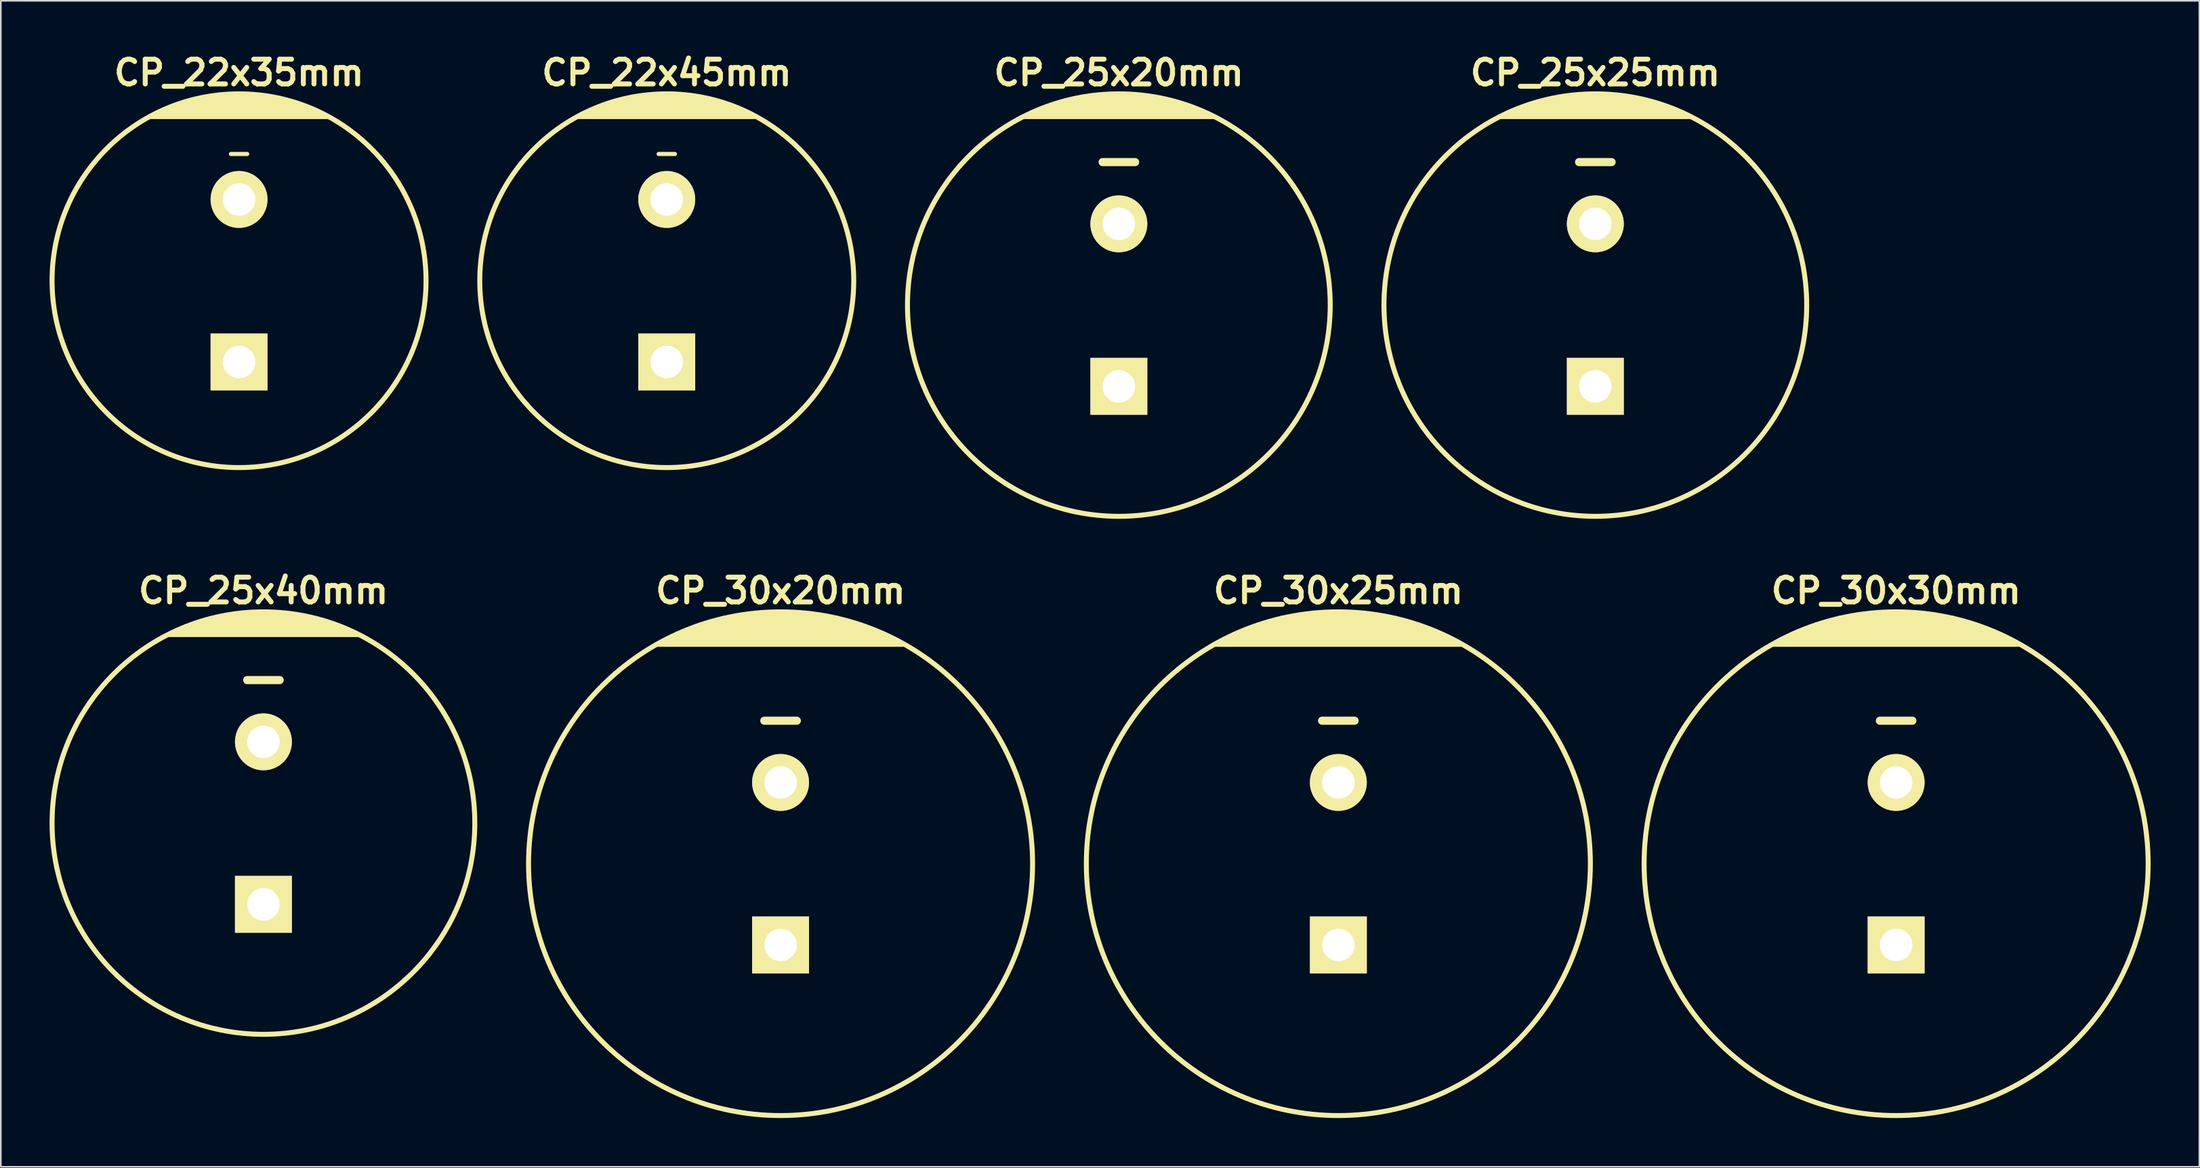
<source format=kicad_pcb>
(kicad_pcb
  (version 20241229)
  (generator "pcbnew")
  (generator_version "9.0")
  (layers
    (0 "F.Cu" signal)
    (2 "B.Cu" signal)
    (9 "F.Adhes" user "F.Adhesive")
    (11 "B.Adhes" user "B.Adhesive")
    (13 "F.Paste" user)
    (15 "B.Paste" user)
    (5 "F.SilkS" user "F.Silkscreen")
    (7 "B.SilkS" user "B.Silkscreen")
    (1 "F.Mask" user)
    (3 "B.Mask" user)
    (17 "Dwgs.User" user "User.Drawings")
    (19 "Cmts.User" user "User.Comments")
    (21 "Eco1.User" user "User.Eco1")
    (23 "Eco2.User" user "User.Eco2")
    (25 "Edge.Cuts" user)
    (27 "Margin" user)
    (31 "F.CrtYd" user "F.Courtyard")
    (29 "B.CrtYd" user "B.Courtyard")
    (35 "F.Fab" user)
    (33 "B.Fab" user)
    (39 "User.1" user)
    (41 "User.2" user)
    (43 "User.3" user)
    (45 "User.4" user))
  (footprint "CP_30x30mm"
    (layer "F.Cu")
    (at 113.567 50.105)
    (property "Reference" "CP_30x30mm" (at 0 -16.8 0) (layer "F.SilkS") (effects (font (size 1.524 1.524) (thickness 0.305))))
    (attr through_hole)
    (fp_line (start -7.6 -13.5) (end 7.5 -13.5) (stroke (width 0.305) (type solid)) (layer "F.SilkS"))
    (fp_line (start -6.8 -13.9) (end 6.8 -13.9) (stroke (width 0.305) (type solid)) (layer "F.SilkS"))
    (fp_line (start -6.4 -14.1) (end 6.4 -14.1) (stroke (width 0.305) (type solid)) (layer "F.SilkS"))
    (fp_line (start -5.4 -14.5) (end 5.4 -14.5) (stroke (width 0.305) (type solid)) (layer "F.SilkS"))
    (fp_line (start -4.9 -14.7) (end 4.9 -14.7) (stroke (width 0.305) (type solid)) (layer "F.SilkS"))
    (fp_line (start -4.2 -14.9) (end 4.2 -14.9) (stroke (width 0.305) (type solid)) (layer "F.SilkS"))
    (fp_line (start -3.5 -15.1) (end 3.5 -15.1) (stroke (width 0.305) (type solid)) (layer "F.SilkS"))
    (fp_line (start -2.4 -15.3) (end 2.4 -15.3) (stroke (width 0.305) (type solid)) (layer "F.SilkS"))
    (fp_line (start -1 -8.8) (end 1 -8.8) (stroke (width 0.5) (type solid)) (layer "F.SilkS"))
    (fp_line (start 5.9 -14.3) (end -5.9 -14.3) (stroke (width 0.305) (type solid)) (layer "F.SilkS"))
    (fp_line (start 7.2 -13.7) (end -7.2 -13.7) (stroke (width 0.305) (type solid)) (layer "F.SilkS"))
    (fp_circle (center 0 0) (end -15.5 0) (stroke (width 0.305) (type solid)) (fill no) (layer "F.SilkS"))
    (pad "1" thru_hole rect (at 0 5) (size 3.5 3.5) (drill 2) (layers "*.Cu" "*.Mask" "F.SilkS"))
    (pad "2" thru_hole circle (at 0 -5) (size 3.5 3.5) (drill 2) (layers "*.Cu" "*.Mask" "F.SilkS")))
  (footprint "CP_30x20mm"
    (layer "F.Cu")
    (at 44.957 50.105)
    (property "Reference" "CP_30x20mm" (at 0 -16.8 0) (layer "F.SilkS") (effects (font (size 1.524 1.524) (thickness 0.305))))
    (attr through_hole)
    (fp_line (start -7.6 -13.5) (end 7.5 -13.5) (stroke (width 0.305) (type solid)) (layer "F.SilkS"))
    (fp_line (start -6.8 -13.9) (end 6.8 -13.9) (stroke (width 0.305) (type solid)) (layer "F.SilkS"))
    (fp_line (start -6.4 -14.1) (end 6.4 -14.1) (stroke (width 0.305) (type solid)) (layer "F.SilkS"))
    (fp_line (start -5.4 -14.5) (end 5.4 -14.5) (stroke (width 0.305) (type solid)) (layer "F.SilkS"))
    (fp_line (start -4.9 -14.7) (end 4.9 -14.7) (stroke (width 0.305) (type solid)) (layer "F.SilkS"))
    (fp_line (start -4.2 -14.9) (end 4.2 -14.9) (stroke (width 0.305) (type solid)) (layer "F.SilkS"))
    (fp_line (start -3.5 -15.1) (end 3.5 -15.1) (stroke (width 0.305) (type solid)) (layer "F.SilkS"))
    (fp_line (start -2.4 -15.3) (end 2.4 -15.3) (stroke (width 0.305) (type solid)) (layer "F.SilkS"))
    (fp_line (start -1 -8.8) (end 1 -8.8) (stroke (width 0.5) (type solid)) (layer "F.SilkS"))
    (fp_line (start 5.9 -14.3) (end -5.9 -14.3) (stroke (width 0.305) (type solid)) (layer "F.SilkS"))
    (fp_line (start 7.2 -13.7) (end -7.2 -13.7) (stroke (width 0.305) (type solid)) (layer "F.SilkS"))
    (fp_circle (center 0 0) (end -15.5 0) (stroke (width 0.305) (type solid)) (fill no) (layer "F.SilkS"))
    (pad "1" thru_hole rect (at 0 5) (size 3.5 3.5) (drill 2) (layers "*.Cu" "*.Mask" "F.SilkS"))
    (pad "2" thru_hole circle (at 0 -5) (size 3.5 3.5) (drill 2) (layers "*.Cu" "*.Mask" "F.SilkS")))
  (footprint "CP_22x45mm"
    (layer "F.Cu")
    (at 37.957 14.226)
    (property "Reference" "CP_22x45mm" (at 0 -12.8 0) (layer "F.SilkS") (effects (font (size 1.524 1.524) (thickness 0.305))))
    (attr through_hole)
    (fp_line (start -5.4 -10.1) (end 5.4 -10.1) (stroke (width 0.305) (type solid)) (layer "F.SilkS"))
    (fp_line (start -4.5 -10.5) (end 4.5 -10.5) (stroke (width 0.305) (type solid)) (layer "F.SilkS"))
    (fp_line (start -3.5 -10.9) (end 3.5 -10.9) (stroke (width 0.305) (type solid)) (layer "F.SilkS"))
    (fp_line (start -2.9 -11.1) (end 2.9 -11.1) (stroke (width 0.305) (type solid)) (layer "F.SilkS"))
    (fp_line (start -2 -11.3) (end 2 -11.3) (stroke (width 0.305) (type solid)) (layer "F.SilkS"))
    (fp_line (start -0.5 -7.8) (end 0.5 -7.8) (stroke (width 0.254) (type solid)) (layer "F.SilkS"))
    (fp_line (start 4.1 -10.7) (end -4.1 -10.7) (stroke (width 0.305) (type solid)) (layer "F.SilkS"))
    (fp_line (start 5 -10.3) (end -5 -10.3) (stroke (width 0.305) (type solid)) (layer "F.SilkS"))
    (fp_circle (center 0 0) (end -11.5 0) (stroke (width 0.305) (type solid)) (fill no) (layer "F.SilkS"))
    (pad "1" thru_hole rect (at 0 5) (size 3.5 3.5) (drill 2) (layers "*.Cu" "*.Mask" "F.SilkS"))
    (pad "2" thru_hole circle (at 0 -5) (size 3.5 3.5) (drill 2) (layers "*.Cu" "*.Mask" "F.SilkS")))
  (footprint "CP_22x35mm"
    (layer "F.Cu")
    (at 11.652 14.226)
    (property "Reference" "CP_22x35mm" (at 0 -12.8 0) (layer "F.SilkS") (effects (font (size 1.524 1.524) (thickness 0.305))))
    (attr through_hole)
    (fp_line (start -5.4 -10.1) (end 5.4 -10.1) (stroke (width 0.305) (type solid)) (layer "F.SilkS"))
    (fp_line (start -4.5 -10.5) (end 4.5 -10.5) (stroke (width 0.305) (type solid)) (layer "F.SilkS"))
    (fp_line (start -3.5 -10.9) (end 3.5 -10.9) (stroke (width 0.305) (type solid)) (layer "F.SilkS"))
    (fp_line (start -2.9 -11.1) (end 2.9 -11.1) (stroke (width 0.305) (type solid)) (layer "F.SilkS"))
    (fp_line (start -2 -11.3) (end 2 -11.3) (stroke (width 0.305) (type solid)) (layer "F.SilkS"))
    (fp_line (start -0.5 -7.8) (end 0.5 -7.8) (stroke (width 0.254) (type solid)) (layer "F.SilkS"))
    (fp_line (start 4.1 -10.7) (end -4.1 -10.7) (stroke (width 0.305) (type solid)) (layer "F.SilkS"))
    (fp_line (start 5 -10.3) (end -5 -10.3) (stroke (width 0.305) (type solid)) (layer "F.SilkS"))
    (fp_circle (center 0 0) (end -11.5 0) (stroke (width 0.305) (type solid)) (fill no) (layer "F.SilkS"))
    (pad "1" thru_hole rect (at 0 5) (size 3.5 3.5) (drill 2) (layers "*.Cu" "*.Mask" "F.SilkS"))
    (pad "2" thru_hole circle (at 0 -5) (size 3.5 3.5) (drill 2) (layers "*.Cu" "*.Mask" "F.SilkS")))
  (footprint "CP_25x20mm"
    (layer "F.Cu")
    (at 65.762 15.726)
    (property "Reference" "CP_25x20mm" (at 0 -14.3 0) (layer "F.SilkS") (effects (font (size 1.524 1.524) (thickness 0.305))))
    (attr through_hole)
    (fp_line (start -5.8 -11.6) (end 5.8 -11.6) (stroke (width 0.305) (type solid)) (layer "F.SilkS"))
    (fp_line (start -4.9 -12) (end 4.9 -12) (stroke (width 0.305) (type solid)) (layer "F.SilkS"))
    (fp_line (start -3.8 -12.4) (end 3.8 -12.4) (stroke (width 0.305) (type solid)) (layer "F.SilkS"))
    (fp_line (start -2.2 -12.8) (end 2.1 -12.8) (stroke (width 0.305) (type solid)) (layer "F.SilkS"))
    (fp_line (start -1 -8.8) (end 1 -8.8) (stroke (width 0.5) (type solid)) (layer "F.SilkS"))
    (fp_line (start 3 -12.6) (end -3.1 -12.6) (stroke (width 0.305) (type solid)) (layer "F.SilkS"))
    (fp_line (start 4.4 -12.2) (end -4.4 -12.2) (stroke (width 0.305) (type solid)) (layer "F.SilkS"))
    (fp_line (start 5.4 -11.8) (end -5.3 -11.8) (stroke (width 0.305) (type solid)) (layer "F.SilkS"))
    (fp_circle (center 0 0) (end -13 0) (stroke (width 0.305) (type solid)) (fill no) (layer "F.SilkS"))
    (pad "1" thru_hole rect (at 0 5) (size 3.5 3.5) (drill 2) (layers "*.Cu" "*.Mask" "F.SilkS"))
    (pad "2" thru_hole circle (at 0 -5) (size 3.5 3.5) (drill 2) (layers "*.Cu" "*.Mask" "F.SilkS")))
  (footprint "CP_30x25mm"
    (layer "F.Cu")
    (at 79.262 50.105)
    (property "Reference" "CP_30x25mm" (at 0 -16.8 0) (layer "F.SilkS") (effects (font (size 1.524 1.524) (thickness 0.305))))
    (attr through_hole)
    (fp_line (start -7.6 -13.5) (end 7.5 -13.5) (stroke (width 0.305) (type solid)) (layer "F.SilkS"))
    (fp_line (start -6.8 -13.9) (end 6.8 -13.9) (stroke (width 0.305) (type solid)) (layer "F.SilkS"))
    (fp_line (start -6.4 -14.1) (end 6.4 -14.1) (stroke (width 0.305) (type solid)) (layer "F.SilkS"))
    (fp_line (start -5.4 -14.5) (end 5.4 -14.5) (stroke (width 0.305) (type solid)) (layer "F.SilkS"))
    (fp_line (start -4.9 -14.7) (end 4.9 -14.7) (stroke (width 0.305) (type solid)) (layer "F.SilkS"))
    (fp_line (start -4.2 -14.9) (end 4.2 -14.9) (stroke (width 0.305) (type solid)) (layer "F.SilkS"))
    (fp_line (start -3.5 -15.1) (end 3.5 -15.1) (stroke (width 0.305) (type solid)) (layer "F.SilkS"))
    (fp_line (start -2.4 -15.3) (end 2.4 -15.3) (stroke (width 0.305) (type solid)) (layer "F.SilkS"))
    (fp_line (start -1 -8.8) (end 1 -8.8) (stroke (width 0.5) (type solid)) (layer "F.SilkS"))
    (fp_line (start 5.9 -14.3) (end -5.9 -14.3) (stroke (width 0.305) (type solid)) (layer "F.SilkS"))
    (fp_line (start 7.2 -13.7) (end -7.2 -13.7) (stroke (width 0.305) (type solid)) (layer "F.SilkS"))
    (fp_circle (center 0 0) (end -15.5 0) (stroke (width 0.305) (type solid)) (fill no) (layer "F.SilkS"))
    (pad "1" thru_hole rect (at 0 5) (size 3.5 3.5) (drill 2) (layers "*.Cu" "*.Mask" "F.SilkS"))
    (pad "2" thru_hole circle (at 0 -5) (size 3.5 3.5) (drill 2) (layers "*.Cu" "*.Mask" "F.SilkS")))
  (footprint "CP_25x40mm"
    (layer "F.Cu")
    (at 13.152 47.605)
    (property "Reference" "CP_25x40mm" (at 0 -14.3 0) (layer "F.SilkS") (effects (font (size 1.524 1.524) (thickness 0.305))))
    (attr through_hole)
    (fp_line (start -5.8 -11.6) (end 5.8 -11.6) (stroke (width 0.305) (type solid)) (layer "F.SilkS"))
    (fp_line (start -4.9 -12) (end 4.9 -12) (stroke (width 0.305) (type solid)) (layer "F.SilkS"))
    (fp_line (start -3.8 -12.4) (end 3.8 -12.4) (stroke (width 0.305) (type solid)) (layer "F.SilkS"))
    (fp_line (start -2.2 -12.8) (end 2.1 -12.8) (stroke (width 0.305) (type solid)) (layer "F.SilkS"))
    (fp_line (start -1 -8.8) (end 1 -8.8) (stroke (width 0.5) (type solid)) (layer "F.SilkS"))
    (fp_line (start 3 -12.6) (end -3.1 -12.6) (stroke (width 0.305) (type solid)) (layer "F.SilkS"))
    (fp_line (start 4.4 -12.2) (end -4.4 -12.2) (stroke (width 0.305) (type solid)) (layer "F.SilkS"))
    (fp_line (start 5.4 -11.8) (end -5.3 -11.8) (stroke (width 0.305) (type solid)) (layer "F.SilkS"))
    (fp_circle (center 0 0) (end -13 0) (stroke (width 0.305) (type solid)) (fill no) (layer "F.SilkS"))
    (pad "1" thru_hole rect (at 0 5) (size 3.5 3.5) (drill 2) (layers "*.Cu" "*.Mask" "F.SilkS"))
    (pad "2" thru_hole circle (at 0 -5) (size 3.5 3.5) (drill 2) (layers "*.Cu" "*.Mask" "F.SilkS")))
  (footprint "CP_25x25mm"
    (layer "F.Cu")
    (at 95.067 15.726)
    (property "Reference" "CP_25x25mm" (at 0 -14.3 0) (layer "F.SilkS") (effects (font (size 1.524 1.524) (thickness 0.305))))
    (attr through_hole)
    (fp_line (start -5.8 -11.6) (end 5.8 -11.6) (stroke (width 0.305) (type solid)) (layer "F.SilkS"))
    (fp_line (start -4.9 -12) (end 4.9 -12) (stroke (width 0.305) (type solid)) (layer "F.SilkS"))
    (fp_line (start -3.8 -12.4) (end 3.8 -12.4) (stroke (width 0.305) (type solid)) (layer "F.SilkS"))
    (fp_line (start -2.2 -12.8) (end 2.1 -12.8) (stroke (width 0.305) (type solid)) (layer "F.SilkS"))
    (fp_line (start -1 -8.8) (end 1 -8.8) (stroke (width 0.5) (type solid)) (layer "F.SilkS"))
    (fp_line (start 3 -12.6) (end -3.1 -12.6) (stroke (width 0.305) (type solid)) (layer "F.SilkS"))
    (fp_line (start 4.4 -12.2) (end -4.4 -12.2) (stroke (width 0.305) (type solid)) (layer "F.SilkS"))
    (fp_line (start 5.4 -11.8) (end -5.3 -11.8) (stroke (width 0.305) (type solid)) (layer "F.SilkS"))
    (fp_circle (center 0 0) (end -13 0) (stroke (width 0.305) (type solid)) (fill no) (layer "F.SilkS"))
    (pad "1" thru_hole rect (at 0 5) (size 3.5 3.5) (drill 2) (layers "*.Cu" "*.Mask" "F.SilkS"))
    (pad "2" thru_hole circle (at 0 -5) (size 3.5 3.5) (drill 2) (layers "*.Cu" "*.Mask" "F.SilkS")))
  (gr_rect
    (start -3 -3)
    (end 132.219 68.758)
    (stroke (width 0.1) (type default))
    (fill no)
    (layer "Edge.Cuts")))
</source>
